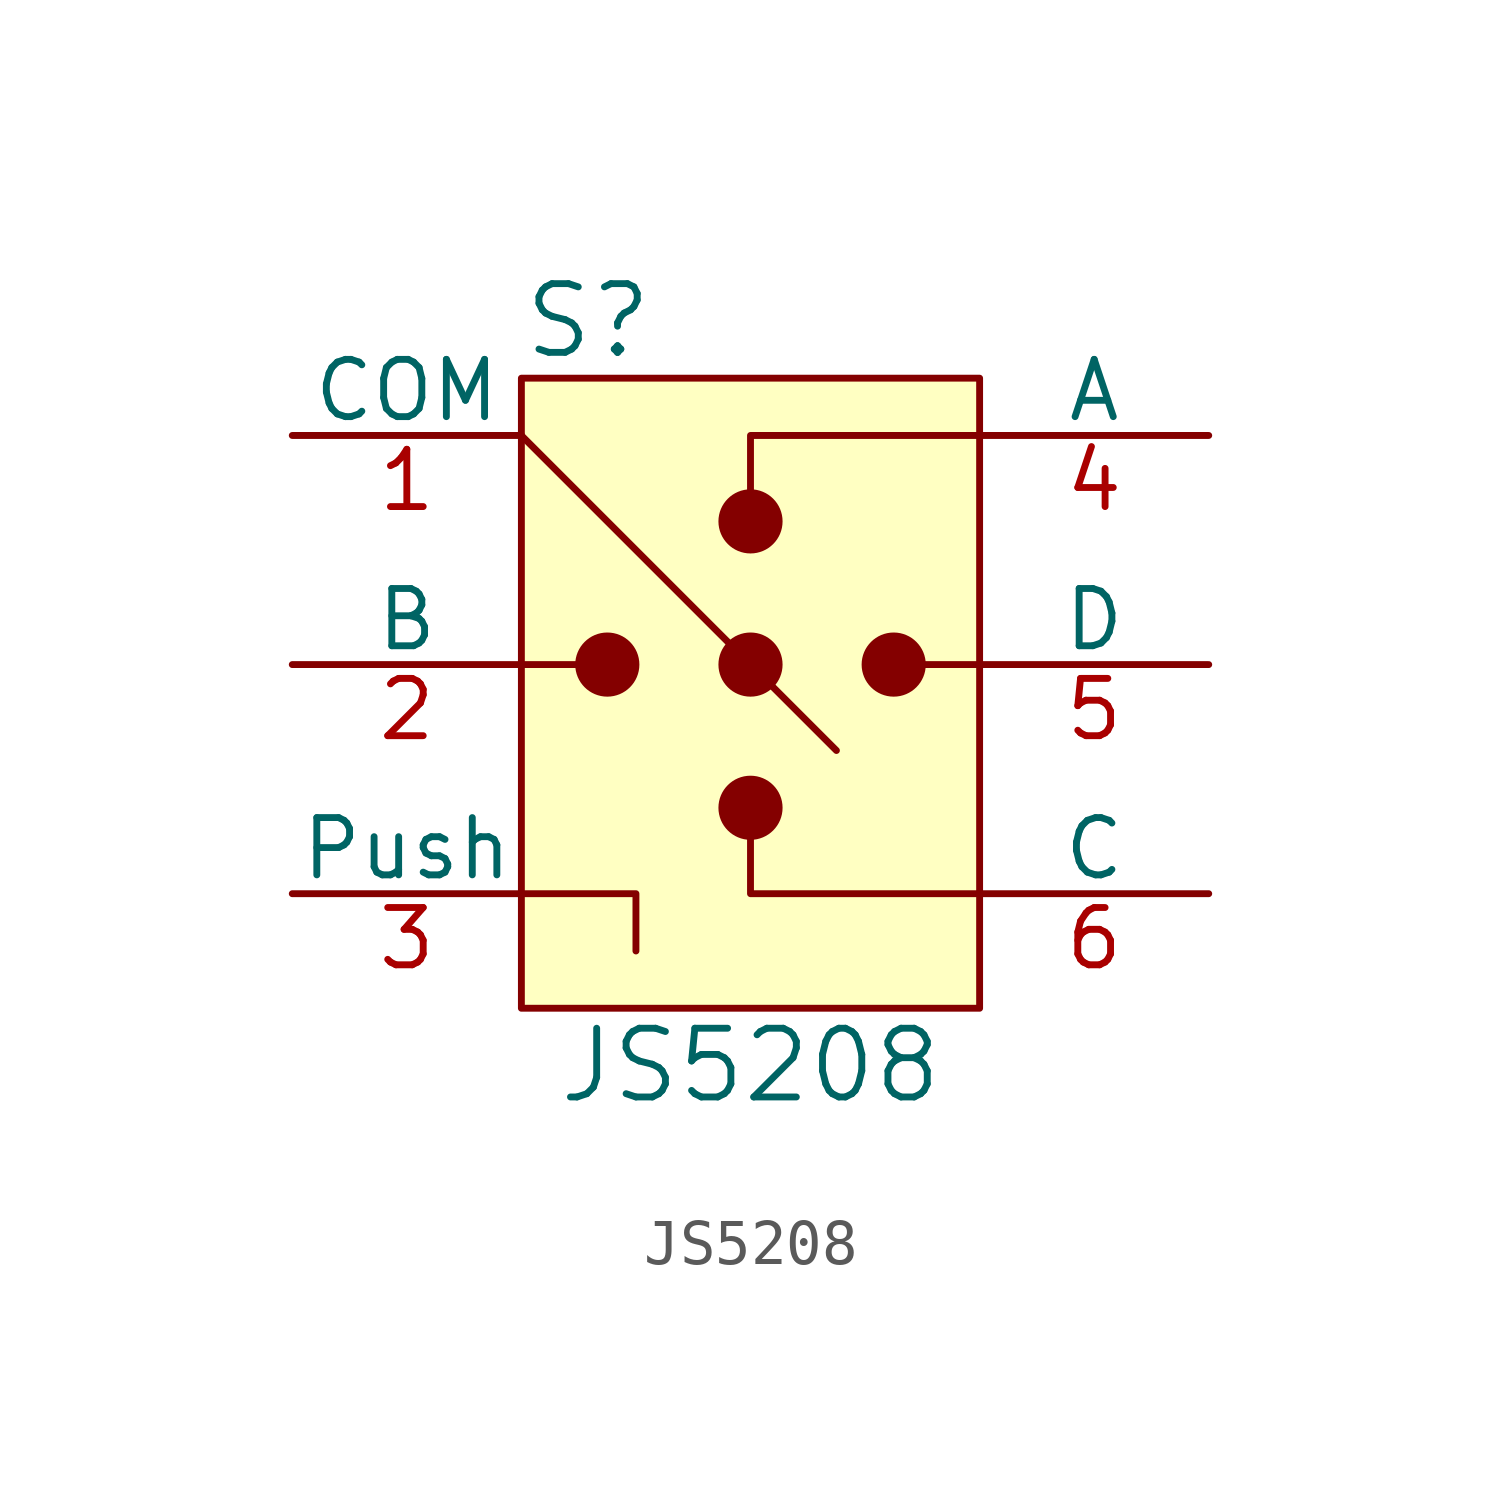
<source format=kicad_sym>
(kicad_symbol_lib
  (version 20201005)
  (generator kicad_symbol_editor)
  (symbol "JS5208"
    (pin_names
      (offset 0))
    (property "Reference" "S"
      (at -5.08 7.62 0)
      (effects (font (size 1.524 1.524)) (justify left)))
    (property "Value" "JS5208"
      (at 0 -8.89 0)
      (effects (font (size 1.524 1.524))))
    (symbol "JS5208_0_1"
      (circle (center -3.175 0) (radius 0.635) (stroke (width 0)) (fill (type outline)))
      (circle (center 0 -3.175) (radius 0.635) (stroke (width 0)) (fill (type outline)))
      (circle (center 0 0) (radius 0.635) (stroke (width 0)) (fill (type outline)))
      (circle (center 0 3.175) (radius 0.635) (stroke (width 0)) (fill (type outline)))
      (circle (center 3.175 0) (radius 0.635) (stroke (width 0)) (fill (type outline)))
      (rectangle (start -5.08 6.35) (end 5.08 -7.62) (stroke (width 0)) (fill (type background)))
      (polyline (pts (xy -5.08 0) (xy -3.81 0)) (stroke (width 0)) (fill (type none)))
      (polyline (pts (xy -5.08 5.08) (xy 1.905 -1.905)) (stroke (width 0)) (fill (type none)))
      (polyline (pts (xy 5.08 0) (xy 3.81 0)) (stroke (width 0)) (fill (type none)))
      (polyline (pts (xy -5.08 -5.08) (xy -2.54 -5.08) (xy -2.54 -6.35)) (stroke (width 0)) (fill (type none)))
      (polyline (pts (xy 5.08 -5.08) (xy 0 -5.08) (xy 0 -3.81)) (stroke (width 0)) (fill (type none)))
      (polyline (pts (xy 5.08 5.08) (xy 0 5.08) (xy 0 3.81)) (stroke (width 0)) (fill (type none))))
    (symbol "JS5208_1_1"
      (pin passive line (at -10.16 5.08 0) (length 5.08) (name "COM" (effects (font (size 1.27 1.27)))) (number "1" (effects (font (size 1.27 1.27)))))
      (pin passive line (at -10.16 0 0) (length 5.08) (name "B" (effects (font (size 1.27 1.27)))) (number "2" (effects (font (size 1.27 1.27)))))
      (pin passive line (at -10.16 -5.08 0) (length 5.08) (name "Push" (effects (font (size 1.27 1.27)))) (number "3" (effects (font (size 1.27 1.27)))))
      (pin passive line (at 10.16 5.08 180) (length 5.08) (name "A" (effects (font (size 1.27 1.27)))) (number "4" (effects (font (size 1.27 1.27)))))
      (pin passive line (at 10.16 0 180) (length 5.08) (name "D" (effects (font (size 1.27 1.27)))) (number "5" (effects (font (size 1.27 1.27)))))
      (pin passive line (at 10.16 -5.08 180) (length 5.08) (name "C" (effects (font (size 1.27 1.27)))) (number "6" (effects (font (size 1.27 1.27))))))))
</source>
